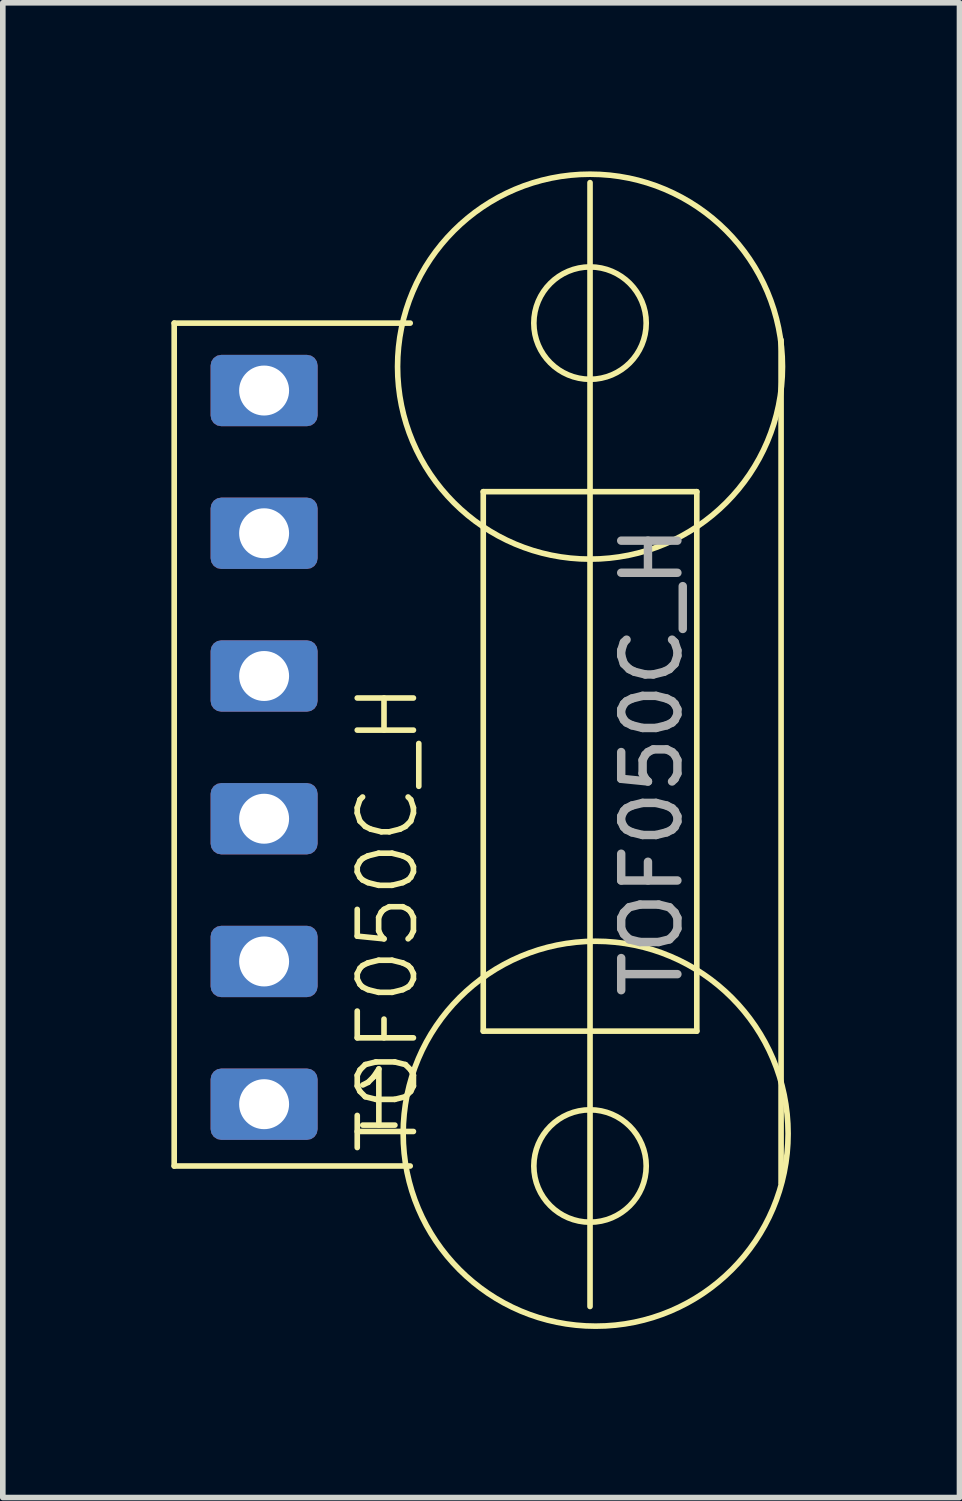
<source format=kicad_pcb>
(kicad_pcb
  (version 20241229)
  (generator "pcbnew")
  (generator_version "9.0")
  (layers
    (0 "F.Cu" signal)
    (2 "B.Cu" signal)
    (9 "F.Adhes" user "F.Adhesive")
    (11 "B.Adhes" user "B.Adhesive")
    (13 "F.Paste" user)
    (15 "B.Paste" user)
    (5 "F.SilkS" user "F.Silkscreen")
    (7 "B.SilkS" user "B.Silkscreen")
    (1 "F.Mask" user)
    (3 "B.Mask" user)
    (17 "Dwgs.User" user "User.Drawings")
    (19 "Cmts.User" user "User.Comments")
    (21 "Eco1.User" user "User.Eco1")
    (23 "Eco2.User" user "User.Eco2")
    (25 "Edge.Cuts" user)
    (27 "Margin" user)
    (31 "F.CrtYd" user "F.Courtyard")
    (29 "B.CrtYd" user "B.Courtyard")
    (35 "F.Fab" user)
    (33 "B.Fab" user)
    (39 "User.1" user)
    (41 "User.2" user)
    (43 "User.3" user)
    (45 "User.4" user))
  (footprint "TOF050C_H"
    (layer "F.Cu")
    (at 1.65 16.6)
    (property "Reference" "TOF050C_H" (at 2.2 -3.3 90) (unlocked yes) (layer "F.SilkS") (effects (font (size 1 1) (thickness 0.1))))
    (attr smd)
    (fp_line (start -1.6 -13.9) (end 2.6 -13.9) (stroke (width 0.1) (type default)) (layer "F.SilkS"))
    (fp_line (start -1.6 1.1) (end -1.6 -13.9) (stroke (width 0.1) (type default)) (layer "F.SilkS"))
    (fp_line (start -1.6 1.1) (end 2.6 1.1) (stroke (width 0.1) (type default)) (layer "F.SilkS"))
    (fp_line (start 3.9 -10.9) (end 3.9 -1.3) (stroke (width 0.1) (type default)) (layer "F.SilkS"))
    (fp_line (start 3.9 -1.3) (end 7.7 -1.3) (stroke (width 0.1) (type default)) (layer "F.SilkS"))
    (fp_line (start 5.8 -16.4) (end 5.8 3.6) (stroke (width 0.1) (type solid)) (layer "F.SilkS"))
    (fp_line (start 7.7 -10.9) (end 3.9 -10.9) (stroke (width 0.1) (type default)) (layer "F.SilkS"))
    (fp_line (start 7.7 -1.3) (end 7.7 -10.9) (stroke (width 0.1) (type default)) (layer "F.SilkS"))
    (fp_line (start 9.2 1.4) (end 9.2 -13.6) (stroke (width 0.1) (type default)) (layer "F.SilkS"))
    (fp_circle (center 5.8 -13.9) (end 6.8 -13.9) (stroke (width 0.1) (type default)) (fill no) (layer "F.SilkS"))
    (fp_circle (center 5.8 -13.125) (end 9.225 -13.125) (stroke (width 0.1) (type solid)) (fill no) (layer "F.SilkS"))
    (fp_circle (center 5.8 1.1) (end 6.8 1.1) (stroke (width 0.1) (type default)) (fill no) (layer "F.SilkS"))
    (fp_circle (center 5.9 0.525) (end 9.325 0.525) (stroke (width 0.1) (type solid)) (fill no) (layer "F.SilkS"))
    (fp_text user "1" (at 1.5 0.5 0) (unlocked yes) (layer "F.SilkS") (effects (font (size 1 1) (thickness 0.1)) (justify left bottom)))
    (fp_text user "${REFERENCE}" (at 6.9 -6.1 90) (unlocked yes) (layer "F.Fab") (effects (font (size 1 1) (thickness 0.15))))
    (pad "1" thru_hole roundrect (at 0 0) (size 1.905 1.27) (drill 0.889) (layers "*.Cu" "*.Mask") (roundrect_rratio 0.15))
    (pad "2" thru_hole roundrect (at 0 -2.54) (size 1.905 1.27) (drill 0.889) (layers "*.Cu" "*.Mask") (roundrect_rratio 0.15))
    (pad "3" thru_hole roundrect (at 0 -5.08) (size 1.905 1.27) (drill 0.889) (layers "*.Cu" "*.Mask") (roundrect_rratio 0.15))
    (pad "4" thru_hole roundrect (at 0 -7.62) (size 1.905 1.27) (drill 0.889) (layers "*.Cu" "*.Mask") (roundrect_rratio 0.15))
    (pad "5" thru_hole roundrect (at 0 -10.16) (size 1.905 1.27) (drill 0.889) (layers "*.Cu" "*.Mask") (roundrect_rratio 0.15))
    (pad "6" thru_hole roundrect (at 0 -12.7) (size 1.905 1.27) (drill 0.889) (layers "*.Cu" "*.Mask") (roundrect_rratio 0.15)))
  (gr_rect
    (start -3 -3)
    (end 14.025 23.6)
    (stroke (width 0.1) (type default))
    (fill no)
    (layer "Edge.Cuts")))
</source>
